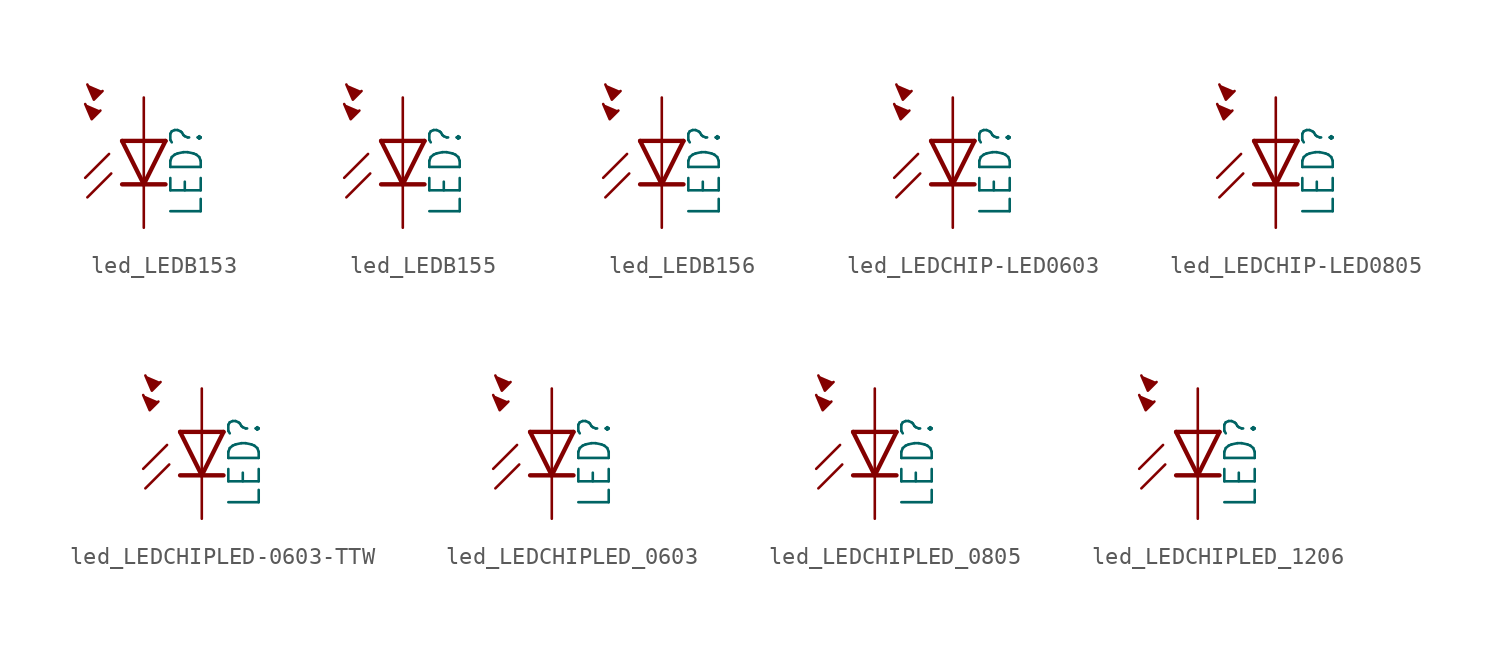
<source format=kicad_sym>
(kicad_symbol_lib
  (version 20241209)
  (generator "kicad_symbol_editor")
  (generator_version "9.0")
  (symbol "led_LEDB153"
    (property "Reference" "LED"
      (at 3.556 -4.572 90)
      (effects (font (size 1.778 1.511)) (justify left bottom)))
    (property "Value" ""
      (at 5.715 -4.572 90)
      (effects (font (size 1.778 1.511)) (justify left bottom)))
    (property "ki_locked" ""
      (at 0 0 0)
      (effects (font (size 1.27 1.27))))
    (symbol "led_LEDB153_1_0"
      (polyline (pts (xy -3.429 2.159) (xy -3.048 1.27) (xy -2.54 1.778)) (stroke (width 0.152) (type solid)) (fill (type outline)))
      (polyline (pts (xy -3.302 3.302) (xy -2.921 2.413) (xy -2.413 2.921)) (stroke (width 0.152) (type solid)) (fill (type outline)))
      (polyline (pts (xy -2.032 -0.762) (xy -3.429 -2.159)) (stroke (width 0.152) (type solid)) (fill (type none)))
      (polyline (pts (xy -1.905 -1.905) (xy -3.302 -3.302)) (stroke (width 0.152) (type solid)) (fill (type none)))
      (polyline (pts (xy 0 0) (xy -1.27 0)) (stroke (width 0.254) (type solid)) (fill (type none)))
      (polyline (pts (xy 0 0) (xy 0 -2.54)) (stroke (width 0.152) (type solid)) (fill (type none)))
      (polyline (pts (xy 0 -2.54) (xy -1.27 0)) (stroke (width 0.254) (type solid)) (fill (type none)))
      (polyline (pts (xy 0 -2.54) (xy -1.27 -2.54)) (stroke (width 0.254) (type solid)) (fill (type none)))
      (polyline (pts (xy 1.27 0) (xy 0 0)) (stroke (width 0.254) (type solid)) (fill (type none)))
      (polyline (pts (xy 1.27 0) (xy 0 -2.54)) (stroke (width 0.254) (type solid)) (fill (type none)))
      (polyline (pts (xy 1.27 -2.54) (xy 0 -2.54)) (stroke (width 0.254) (type solid)) (fill (type none)))
      (pin passive line (at 0 2.54 270) (length 2.54) (name "A" (effects (font (size 0 0)))) (number "A" (effects (font (size 0 0)))))
      (pin passive line (at 0 -5.08 90) (length 2.54) (name "C" (effects (font (size 0 0)))) (number "K" (effects (font (size 0 0)))))))
  (symbol "led_LEDB155"
    (property "Reference" "LED"
      (at 3.556 -4.572 90)
      (effects (font (size 1.778 1.511)) (justify left bottom)))
    (property "Value" ""
      (at 5.715 -4.572 90)
      (effects (font (size 1.778 1.511)) (justify left bottom)))
    (property "ki_locked" ""
      (at 0 0 0)
      (effects (font (size 1.27 1.27))))
    (symbol "led_LEDB155_1_0"
      (polyline (pts (xy -3.429 2.159) (xy -3.048 1.27) (xy -2.54 1.778)) (stroke (width 0.152) (type solid)) (fill (type outline)))
      (polyline (pts (xy -3.302 3.302) (xy -2.921 2.413) (xy -2.413 2.921)) (stroke (width 0.152) (type solid)) (fill (type outline)))
      (polyline (pts (xy -2.032 -0.762) (xy -3.429 -2.159)) (stroke (width 0.152) (type solid)) (fill (type none)))
      (polyline (pts (xy -1.905 -1.905) (xy -3.302 -3.302)) (stroke (width 0.152) (type solid)) (fill (type none)))
      (polyline (pts (xy 0 0) (xy -1.27 0)) (stroke (width 0.254) (type solid)) (fill (type none)))
      (polyline (pts (xy 0 0) (xy 0 -2.54)) (stroke (width 0.152) (type solid)) (fill (type none)))
      (polyline (pts (xy 0 -2.54) (xy -1.27 0)) (stroke (width 0.254) (type solid)) (fill (type none)))
      (polyline (pts (xy 0 -2.54) (xy -1.27 -2.54)) (stroke (width 0.254) (type solid)) (fill (type none)))
      (polyline (pts (xy 1.27 0) (xy 0 0)) (stroke (width 0.254) (type solid)) (fill (type none)))
      (polyline (pts (xy 1.27 0) (xy 0 -2.54)) (stroke (width 0.254) (type solid)) (fill (type none)))
      (polyline (pts (xy 1.27 -2.54) (xy 0 -2.54)) (stroke (width 0.254) (type solid)) (fill (type none)))
      (pin passive line (at 0 2.54 270) (length 2.54) (name "A" (effects (font (size 0 0)))) (number "A" (effects (font (size 0 0)))))
      (pin passive line (at 0 -5.08 90) (length 2.54) (name "C" (effects (font (size 0 0)))) (number "K" (effects (font (size 0 0)))))))
  (symbol "led_LEDB156"
    (property "Reference" "LED"
      (at 3.556 -4.572 90)
      (effects (font (size 1.778 1.511)) (justify left bottom)))
    (property "Value" ""
      (at 5.715 -4.572 90)
      (effects (font (size 1.778 1.511)) (justify left bottom)))
    (property "ki_locked" ""
      (at 0 0 0)
      (effects (font (size 1.27 1.27))))
    (symbol "led_LEDB156_1_0"
      (polyline (pts (xy -3.429 2.159) (xy -3.048 1.27) (xy -2.54 1.778)) (stroke (width 0.152) (type solid)) (fill (type outline)))
      (polyline (pts (xy -3.302 3.302) (xy -2.921 2.413) (xy -2.413 2.921)) (stroke (width 0.152) (type solid)) (fill (type outline)))
      (polyline (pts (xy -2.032 -0.762) (xy -3.429 -2.159)) (stroke (width 0.152) (type solid)) (fill (type none)))
      (polyline (pts (xy -1.905 -1.905) (xy -3.302 -3.302)) (stroke (width 0.152) (type solid)) (fill (type none)))
      (polyline (pts (xy 0 0) (xy -1.27 0)) (stroke (width 0.254) (type solid)) (fill (type none)))
      (polyline (pts (xy 0 0) (xy 0 -2.54)) (stroke (width 0.152) (type solid)) (fill (type none)))
      (polyline (pts (xy 0 -2.54) (xy -1.27 0)) (stroke (width 0.254) (type solid)) (fill (type none)))
      (polyline (pts (xy 0 -2.54) (xy -1.27 -2.54)) (stroke (width 0.254) (type solid)) (fill (type none)))
      (polyline (pts (xy 1.27 0) (xy 0 0)) (stroke (width 0.254) (type solid)) (fill (type none)))
      (polyline (pts (xy 1.27 0) (xy 0 -2.54)) (stroke (width 0.254) (type solid)) (fill (type none)))
      (polyline (pts (xy 1.27 -2.54) (xy 0 -2.54)) (stroke (width 0.254) (type solid)) (fill (type none)))
      (pin passive line (at 0 2.54 270) (length 2.54) (name "A" (effects (font (size 0 0)))) (number "A" (effects (font (size 0 0)))))
      (pin passive line (at 0 -5.08 90) (length 2.54) (name "C" (effects (font (size 0 0)))) (number "K" (effects (font (size 0 0)))))))
  (symbol "led_LEDCHIP-LED0603"
    (property "Reference" "LED"
      (at 3.556 -4.572 90)
      (effects (font (size 1.778 1.511)) (justify left bottom)))
    (property "Value" ""
      (at 5.715 -4.572 90)
      (effects (font (size 1.778 1.511)) (justify left bottom)))
    (property "ki_locked" ""
      (at 0 0 0)
      (effects (font (size 1.27 1.27))))
    (symbol "led_LEDCHIP-LED0603_1_0"
      (polyline (pts (xy -3.429 2.159) (xy -3.048 1.27) (xy -2.54 1.778)) (stroke (width 0.152) (type solid)) (fill (type outline)))
      (polyline (pts (xy -3.302 3.302) (xy -2.921 2.413) (xy -2.413 2.921)) (stroke (width 0.152) (type solid)) (fill (type outline)))
      (polyline (pts (xy -2.032 -0.762) (xy -3.429 -2.159)) (stroke (width 0.152) (type solid)) (fill (type none)))
      (polyline (pts (xy -1.905 -1.905) (xy -3.302 -3.302)) (stroke (width 0.152) (type solid)) (fill (type none)))
      (polyline (pts (xy 0 0) (xy -1.27 0)) (stroke (width 0.254) (type solid)) (fill (type none)))
      (polyline (pts (xy 0 0) (xy 0 -2.54)) (stroke (width 0.152) (type solid)) (fill (type none)))
      (polyline (pts (xy 0 -2.54) (xy -1.27 0)) (stroke (width 0.254) (type solid)) (fill (type none)))
      (polyline (pts (xy 0 -2.54) (xy -1.27 -2.54)) (stroke (width 0.254) (type solid)) (fill (type none)))
      (polyline (pts (xy 1.27 0) (xy 0 0)) (stroke (width 0.254) (type solid)) (fill (type none)))
      (polyline (pts (xy 1.27 0) (xy 0 -2.54)) (stroke (width 0.254) (type solid)) (fill (type none)))
      (polyline (pts (xy 1.27 -2.54) (xy 0 -2.54)) (stroke (width 0.254) (type solid)) (fill (type none)))
      (pin passive line (at 0 2.54 270) (length 2.54) (name "A" (effects (font (size 0 0)))) (number "A" (effects (font (size 0 0)))))
      (pin passive line (at 0 -5.08 90) (length 2.54) (name "C" (effects (font (size 0 0)))) (number "C" (effects (font (size 0 0)))))))
  (symbol "led_LEDCHIP-LED0805"
    (property "Reference" "LED"
      (at 3.556 -4.572 90)
      (effects (font (size 1.778 1.511)) (justify left bottom)))
    (property "Value" ""
      (at 5.715 -4.572 90)
      (effects (font (size 1.778 1.511)) (justify left bottom)))
    (property "ki_locked" ""
      (at 0 0 0)
      (effects (font (size 1.27 1.27))))
    (symbol "led_LEDCHIP-LED0805_1_0"
      (polyline (pts (xy -3.429 2.159) (xy -3.048 1.27) (xy -2.54 1.778)) (stroke (width 0.152) (type solid)) (fill (type outline)))
      (polyline (pts (xy -3.302 3.302) (xy -2.921 2.413) (xy -2.413 2.921)) (stroke (width 0.152) (type solid)) (fill (type outline)))
      (polyline (pts (xy -2.032 -0.762) (xy -3.429 -2.159)) (stroke (width 0.152) (type solid)) (fill (type none)))
      (polyline (pts (xy -1.905 -1.905) (xy -3.302 -3.302)) (stroke (width 0.152) (type solid)) (fill (type none)))
      (polyline (pts (xy 0 0) (xy -1.27 0)) (stroke (width 0.254) (type solid)) (fill (type none)))
      (polyline (pts (xy 0 0) (xy 0 -2.54)) (stroke (width 0.152) (type solid)) (fill (type none)))
      (polyline (pts (xy 0 -2.54) (xy -1.27 0)) (stroke (width 0.254) (type solid)) (fill (type none)))
      (polyline (pts (xy 0 -2.54) (xy -1.27 -2.54)) (stroke (width 0.254) (type solid)) (fill (type none)))
      (polyline (pts (xy 1.27 0) (xy 0 0)) (stroke (width 0.254) (type solid)) (fill (type none)))
      (polyline (pts (xy 1.27 0) (xy 0 -2.54)) (stroke (width 0.254) (type solid)) (fill (type none)))
      (polyline (pts (xy 1.27 -2.54) (xy 0 -2.54)) (stroke (width 0.254) (type solid)) (fill (type none)))
      (pin passive line (at 0 2.54 270) (length 2.54) (name "A" (effects (font (size 0 0)))) (number "A" (effects (font (size 0 0)))))
      (pin passive line (at 0 -5.08 90) (length 2.54) (name "C" (effects (font (size 0 0)))) (number "C" (effects (font (size 0 0)))))))
  (symbol "led_LEDCHIPLED-0603-TTW"
    (property "Reference" "LED"
      (at 3.556 -4.572 90)
      (effects (font (size 1.778 1.511)) (justify left bottom)))
    (property "Value" ""
      (at 5.715 -4.572 90)
      (effects (font (size 1.778 1.511)) (justify left bottom)))
    (property "ki_locked" ""
      (at 0 0 0)
      (effects (font (size 1.27 1.27))))
    (symbol "led_LEDCHIPLED-0603-TTW_1_0"
      (polyline (pts (xy -3.429 2.159) (xy -3.048 1.27) (xy -2.54 1.778)) (stroke (width 0.152) (type solid)) (fill (type outline)))
      (polyline (pts (xy -3.302 3.302) (xy -2.921 2.413) (xy -2.413 2.921)) (stroke (width 0.152) (type solid)) (fill (type outline)))
      (polyline (pts (xy -2.032 -0.762) (xy -3.429 -2.159)) (stroke (width 0.152) (type solid)) (fill (type none)))
      (polyline (pts (xy -1.905 -1.905) (xy -3.302 -3.302)) (stroke (width 0.152) (type solid)) (fill (type none)))
      (polyline (pts (xy 0 0) (xy -1.27 0)) (stroke (width 0.254) (type solid)) (fill (type none)))
      (polyline (pts (xy 0 0) (xy 0 -2.54)) (stroke (width 0.152) (type solid)) (fill (type none)))
      (polyline (pts (xy 0 -2.54) (xy -1.27 0)) (stroke (width 0.254) (type solid)) (fill (type none)))
      (polyline (pts (xy 0 -2.54) (xy -1.27 -2.54)) (stroke (width 0.254) (type solid)) (fill (type none)))
      (polyline (pts (xy 1.27 0) (xy 0 0)) (stroke (width 0.254) (type solid)) (fill (type none)))
      (polyline (pts (xy 1.27 0) (xy 0 -2.54)) (stroke (width 0.254) (type solid)) (fill (type none)))
      (polyline (pts (xy 1.27 -2.54) (xy 0 -2.54)) (stroke (width 0.254) (type solid)) (fill (type none)))
      (pin passive line (at 0 2.54 270) (length 2.54) (name "A" (effects (font (size 0 0)))) (number "A@1" (effects (font (size 0 0)))))
      (pin passive line (at 0 -5.08 90) (length 2.54) (name "C" (effects (font (size 0 0)))) (number "C@1" (effects (font (size 0 0)))))))
  (symbol "led_LEDCHIPLED_0603"
    (property "Reference" "LED"
      (at 3.556 -4.572 90)
      (effects (font (size 1.778 1.511)) (justify left bottom)))
    (property "Value" ""
      (at 5.715 -4.572 90)
      (effects (font (size 1.778 1.511)) (justify left bottom)))
    (property "ki_locked" ""
      (at 0 0 0)
      (effects (font (size 1.27 1.27))))
    (symbol "led_LEDCHIPLED_0603_1_0"
      (polyline (pts (xy -3.429 2.159) (xy -3.048 1.27) (xy -2.54 1.778)) (stroke (width 0.152) (type solid)) (fill (type outline)))
      (polyline (pts (xy -3.302 3.302) (xy -2.921 2.413) (xy -2.413 2.921)) (stroke (width 0.152) (type solid)) (fill (type outline)))
      (polyline (pts (xy -2.032 -0.762) (xy -3.429 -2.159)) (stroke (width 0.152) (type solid)) (fill (type none)))
      (polyline (pts (xy -1.905 -1.905) (xy -3.302 -3.302)) (stroke (width 0.152) (type solid)) (fill (type none)))
      (polyline (pts (xy 0 0) (xy -1.27 0)) (stroke (width 0.254) (type solid)) (fill (type none)))
      (polyline (pts (xy 0 0) (xy 0 -2.54)) (stroke (width 0.152) (type solid)) (fill (type none)))
      (polyline (pts (xy 0 -2.54) (xy -1.27 0)) (stroke (width 0.254) (type solid)) (fill (type none)))
      (polyline (pts (xy 0 -2.54) (xy -1.27 -2.54)) (stroke (width 0.254) (type solid)) (fill (type none)))
      (polyline (pts (xy 1.27 0) (xy 0 0)) (stroke (width 0.254) (type solid)) (fill (type none)))
      (polyline (pts (xy 1.27 0) (xy 0 -2.54)) (stroke (width 0.254) (type solid)) (fill (type none)))
      (polyline (pts (xy 1.27 -2.54) (xy 0 -2.54)) (stroke (width 0.254) (type solid)) (fill (type none)))
      (pin passive line (at 0 2.54 270) (length 2.54) (name "A" (effects (font (size 0 0)))) (number "A" (effects (font (size 0 0)))))
      (pin passive line (at 0 -5.08 90) (length 2.54) (name "C" (effects (font (size 0 0)))) (number "C" (effects (font (size 0 0)))))))
  (symbol "led_LEDCHIPLED_0805"
    (property "Reference" "LED"
      (at 3.556 -4.572 90)
      (effects (font (size 1.778 1.511)) (justify left bottom)))
    (property "Value" ""
      (at 5.715 -4.572 90)
      (effects (font (size 1.778 1.511)) (justify left bottom)))
    (property "ki_locked" ""
      (at 0 0 0)
      (effects (font (size 1.27 1.27))))
    (symbol "led_LEDCHIPLED_0805_1_0"
      (polyline (pts (xy -3.429 2.159) (xy -3.048 1.27) (xy -2.54 1.778)) (stroke (width 0.152) (type solid)) (fill (type outline)))
      (polyline (pts (xy -3.302 3.302) (xy -2.921 2.413) (xy -2.413 2.921)) (stroke (width 0.152) (type solid)) (fill (type outline)))
      (polyline (pts (xy -2.032 -0.762) (xy -3.429 -2.159)) (stroke (width 0.152) (type solid)) (fill (type none)))
      (polyline (pts (xy -1.905 -1.905) (xy -3.302 -3.302)) (stroke (width 0.152) (type solid)) (fill (type none)))
      (polyline (pts (xy 0 0) (xy -1.27 0)) (stroke (width 0.254) (type solid)) (fill (type none)))
      (polyline (pts (xy 0 0) (xy 0 -2.54)) (stroke (width 0.152) (type solid)) (fill (type none)))
      (polyline (pts (xy 0 -2.54) (xy -1.27 0)) (stroke (width 0.254) (type solid)) (fill (type none)))
      (polyline (pts (xy 0 -2.54) (xy -1.27 -2.54)) (stroke (width 0.254) (type solid)) (fill (type none)))
      (polyline (pts (xy 1.27 0) (xy 0 0)) (stroke (width 0.254) (type solid)) (fill (type none)))
      (polyline (pts (xy 1.27 0) (xy 0 -2.54)) (stroke (width 0.254) (type solid)) (fill (type none)))
      (polyline (pts (xy 1.27 -2.54) (xy 0 -2.54)) (stroke (width 0.254) (type solid)) (fill (type none)))
      (pin passive line (at 0 2.54 270) (length 2.54) (name "A" (effects (font (size 0 0)))) (number "A" (effects (font (size 0 0)))))
      (pin passive line (at 0 -5.08 90) (length 2.54) (name "C" (effects (font (size 0 0)))) (number "C" (effects (font (size 0 0)))))))
  (symbol "led_LEDCHIPLED_1206"
    (property "Reference" "LED"
      (at 3.556 -4.572 90)
      (effects (font (size 1.778 1.511)) (justify left bottom)))
    (property "Value" ""
      (at 5.715 -4.572 90)
      (effects (font (size 1.778 1.511)) (justify left bottom)))
    (property "ki_locked" ""
      (at 0 0 0)
      (effects (font (size 1.27 1.27))))
    (symbol "led_LEDCHIPLED_1206_1_0"
      (polyline (pts (xy -3.429 2.159) (xy -3.048 1.27) (xy -2.54 1.778)) (stroke (width 0.152) (type solid)) (fill (type outline)))
      (polyline (pts (xy -3.302 3.302) (xy -2.921 2.413) (xy -2.413 2.921)) (stroke (width 0.152) (type solid)) (fill (type outline)))
      (polyline (pts (xy -2.032 -0.762) (xy -3.429 -2.159)) (stroke (width 0.152) (type solid)) (fill (type none)))
      (polyline (pts (xy -1.905 -1.905) (xy -3.302 -3.302)) (stroke (width 0.152) (type solid)) (fill (type none)))
      (polyline (pts (xy 0 0) (xy -1.27 0)) (stroke (width 0.254) (type solid)) (fill (type none)))
      (polyline (pts (xy 0 0) (xy 0 -2.54)) (stroke (width 0.152) (type solid)) (fill (type none)))
      (polyline (pts (xy 0 -2.54) (xy -1.27 0)) (stroke (width 0.254) (type solid)) (fill (type none)))
      (polyline (pts (xy 0 -2.54) (xy -1.27 -2.54)) (stroke (width 0.254) (type solid)) (fill (type none)))
      (polyline (pts (xy 1.27 0) (xy 0 0)) (stroke (width 0.254) (type solid)) (fill (type none)))
      (polyline (pts (xy 1.27 0) (xy 0 -2.54)) (stroke (width 0.254) (type solid)) (fill (type none)))
      (polyline (pts (xy 1.27 -2.54) (xy 0 -2.54)) (stroke (width 0.254) (type solid)) (fill (type none)))
      (pin passive line (at 0 2.54 270) (length 2.54) (name "A" (effects (font (size 0 0)))) (number "A" (effects (font (size 0 0)))))
      (pin passive line (at 0 -5.08 90) (length 2.54) (name "C" (effects (font (size 0 0)))) (number "C" (effects (font (size 0 0))))))))
</source>
